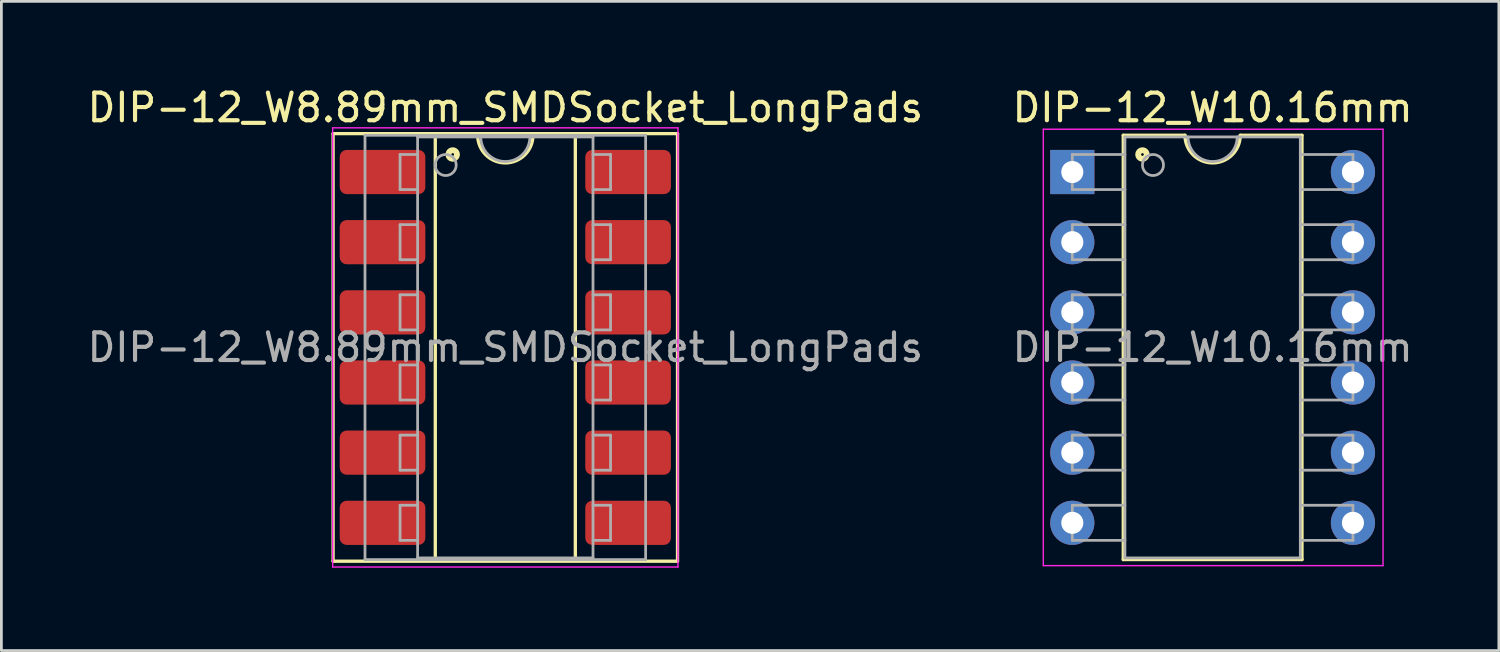
<source format=kicad_pcb>
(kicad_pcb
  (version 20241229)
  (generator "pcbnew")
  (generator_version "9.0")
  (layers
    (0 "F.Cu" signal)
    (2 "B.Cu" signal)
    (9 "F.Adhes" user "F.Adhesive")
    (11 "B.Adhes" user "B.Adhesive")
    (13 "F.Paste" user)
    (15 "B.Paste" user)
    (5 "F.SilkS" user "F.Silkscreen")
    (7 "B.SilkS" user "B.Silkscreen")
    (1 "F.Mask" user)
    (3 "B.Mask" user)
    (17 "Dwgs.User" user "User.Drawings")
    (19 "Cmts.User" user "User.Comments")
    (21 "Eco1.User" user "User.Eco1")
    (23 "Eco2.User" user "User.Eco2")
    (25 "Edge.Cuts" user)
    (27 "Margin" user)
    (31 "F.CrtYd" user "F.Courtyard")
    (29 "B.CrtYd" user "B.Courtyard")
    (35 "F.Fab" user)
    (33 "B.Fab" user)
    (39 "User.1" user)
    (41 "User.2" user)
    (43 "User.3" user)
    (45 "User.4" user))
  (footprint "DIP-12_W10.16mm"
    (layer "F.Cu")
    (at 35.771 3.178)
    (property "Reference" "DIP-12_W10.16mm" (at 5.08 -2.33 0) (layer "F.SilkS") (effects (font (size 1 1) (thickness 0.15))))
    (attr through_hole)
    (fp_line (start 1.845 -1.33) (end 1.845 14.03) (stroke (width 0.12) (type solid)) (layer "F.SilkS"))
    (fp_line (start 1.845 14.03) (end 8.315 14.03) (stroke (width 0.12) (type solid)) (layer "F.SilkS"))
    (fp_line (start 4.08 -1.33) (end 1.845 -1.33) (stroke (width 0.12) (type solid)) (layer "F.SilkS"))
    (fp_line (start 8.315 -1.33) (end 6.08 -1.33) (stroke (width 0.12) (type solid)) (layer "F.SilkS"))
    (fp_line (start 8.315 14.03) (end 8.315 -1.33) (stroke (width 0.12) (type solid)) (layer "F.SilkS"))
    (fp_arc (start 6.08 -1.33) (mid 5.08 -0.33) (end 4.08 -1.33) (stroke (width 0.12) (type solid)) (layer "F.SilkS"))
    (fp_circle (center 2.54 -0.635) (end 2.59 -0.635) (stroke (width 0.12) (type solid)) (fill no) (layer "F.SilkS"))
    (fp_circle (center 2.54 -0.635) (end 2.665 -0.635) (stroke (width 0.12) (type solid)) (fill no) (layer "F.SilkS"))
    (fp_circle (center 2.54 -0.635) (end 2.74 -0.635) (stroke (width 0.12) (type solid)) (fill no) (layer "F.SilkS"))
    (fp_line (start -1.05 -1.55) (end -1.05 14.25) (stroke (width 0.05) (type solid)) (layer "F.CrtYd"))
    (fp_line (start -1.05 14.25) (end 11.25 14.25) (stroke (width 0.05) (type solid)) (layer "F.CrtYd"))
    (fp_line (start 11.25 -1.55) (end -1.05 -1.55) (stroke (width 0.05) (type solid)) (layer "F.CrtYd"))
    (fp_line (start 11.25 14.25) (end 11.25 -1.55) (stroke (width 0.05) (type solid)) (layer "F.CrtYd"))
    (fp_line (start 0 -0.635) (end 0 0.635) (stroke (width 0.1) (type solid)) (layer "F.Fab"))
    (fp_line (start 0 -0.635) (end 1.905 -0.635) (stroke (width 0.1) (type solid)) (layer "F.Fab"))
    (fp_line (start 0 0.635) (end 1.905 0.635) (stroke (width 0.1) (type solid)) (layer "F.Fab"))
    (fp_line (start 0 1.905) (end 0 3.175) (stroke (width 0.1) (type solid)) (layer "F.Fab"))
    (fp_line (start 0 1.905) (end 1.905 1.905) (stroke (width 0.1) (type solid)) (layer "F.Fab"))
    (fp_line (start 0 3.175) (end 1.905 3.175) (stroke (width 0.1) (type solid)) (layer "F.Fab"))
    (fp_line (start 0 4.445) (end 0 5.715) (stroke (width 0.1) (type solid)) (layer "F.Fab"))
    (fp_line (start 0 4.445) (end 1.905 4.445) (stroke (width 0.1) (type solid)) (layer "F.Fab"))
    (fp_line (start 0 5.715) (end 1.905 5.715) (stroke (width 0.1) (type solid)) (layer "F.Fab"))
    (fp_line (start 0 6.985) (end 0 8.255) (stroke (width 0.1) (type solid)) (layer "F.Fab"))
    (fp_line (start 0 6.985) (end 1.905 6.985) (stroke (width 0.1) (type solid)) (layer "F.Fab"))
    (fp_line (start 0 8.255) (end 1.905 8.255) (stroke (width 0.1) (type solid)) (layer "F.Fab"))
    (fp_line (start 0 9.525) (end 0 10.795) (stroke (width 0.1) (type solid)) (layer "F.Fab"))
    (fp_line (start 0 9.525) (end 1.905 9.525) (stroke (width 0.1) (type solid)) (layer "F.Fab"))
    (fp_line (start 0 10.795) (end 1.905 10.795) (stroke (width 0.1) (type solid)) (layer "F.Fab"))
    (fp_line (start 0 12.065) (end 0 13.335) (stroke (width 0.1) (type solid)) (layer "F.Fab"))
    (fp_line (start 0 12.065) (end 1.905 12.065) (stroke (width 0.1) (type solid)) (layer "F.Fab"))
    (fp_line (start 0 13.335) (end 1.905 13.335) (stroke (width 0.1) (type solid)) (layer "F.Fab"))
    (fp_line (start 1.905 -1.27) (end 8.255 -1.27) (stroke (width 0.1) (type solid)) (layer "F.Fab"))
    (fp_line (start 1.905 13.97) (end 1.905 -1.27) (stroke (width 0.1) (type solid)) (layer "F.Fab"))
    (fp_line (start 8.255 -1.27) (end 8.255 13.97) (stroke (width 0.1) (type solid)) (layer "F.Fab"))
    (fp_line (start 8.255 13.97) (end 1.905 13.97) (stroke (width 0.1) (type solid)) (layer "F.Fab"))
    (fp_line (start 10.16 -0.635) (end 8.255 -0.635) (stroke (width 0.1) (type solid)) (layer "F.Fab"))
    (fp_line (start 10.16 0.635) (end 8.255 0.635) (stroke (width 0.1) (type solid)) (layer "F.Fab"))
    (fp_line (start 10.16 0.635) (end 10.16 -0.635) (stroke (width 0.1) (type solid)) (layer "F.Fab"))
    (fp_line (start 10.16 1.905) (end 8.255 1.905) (stroke (width 0.1) (type solid)) (layer "F.Fab"))
    (fp_line (start 10.16 3.175) (end 8.255 3.175) (stroke (width 0.1) (type solid)) (layer "F.Fab"))
    (fp_line (start 10.16 3.175) (end 10.16 1.905) (stroke (width 0.1) (type solid)) (layer "F.Fab"))
    (fp_line (start 10.16 4.445) (end 8.255 4.445) (stroke (width 0.1) (type solid)) (layer "F.Fab"))
    (fp_line (start 10.16 5.715) (end 8.255 5.715) (stroke (width 0.1) (type solid)) (layer "F.Fab"))
    (fp_line (start 10.16 5.715) (end 10.16 4.445) (stroke (width 0.1) (type solid)) (layer "F.Fab"))
    (fp_line (start 10.16 6.985) (end 8.255 6.985) (stroke (width 0.1) (type solid)) (layer "F.Fab"))
    (fp_line (start 10.16 8.255) (end 8.255 8.255) (stroke (width 0.1) (type solid)) (layer "F.Fab"))
    (fp_line (start 10.16 8.255) (end 10.16 6.985) (stroke (width 0.1) (type solid)) (layer "F.Fab"))
    (fp_line (start 10.16 9.525) (end 8.255 9.525) (stroke (width 0.1) (type solid)) (layer "F.Fab"))
    (fp_line (start 10.16 10.795) (end 8.255 10.795) (stroke (width 0.1) (type solid)) (layer "F.Fab"))
    (fp_line (start 10.16 10.795) (end 10.16 9.525) (stroke (width 0.1) (type solid)) (layer "F.Fab"))
    (fp_line (start 10.16 12.065) (end 8.255 12.065) (stroke (width 0.1) (type solid)) (layer "F.Fab"))
    (fp_line (start 10.16 13.335) (end 8.255 13.335) (stroke (width 0.1) (type solid)) (layer "F.Fab"))
    (fp_line (start 10.16 13.335) (end 10.16 12.065) (stroke (width 0.1) (type solid)) (layer "F.Fab"))
    (fp_arc (start 5.969 -1.27) (mid 5.08 -0.381) (end 4.191 -1.27) (stroke (width 0.1) (type solid)) (layer "F.Fab"))
    (fp_circle (center 2.921 -0.254) (end 3.302 -0.254) (stroke (width 0.1) (type solid)) (fill no) (layer "F.Fab"))
    (fp_text user "${REFERENCE}" (at 5.08 6.35 0) (layer "F.Fab") (effects (font (size 1 1) (thickness 0.15))))
    (pad "1" thru_hole rect (at 0 0) (size 1.6 1.6) (drill 0.8) (layers "*.Cu" "*.Mask"))
    (pad "2" thru_hole oval (at 0 2.54) (size 1.6 1.6) (drill 0.8) (layers "*.Cu" "*.Mask"))
    (pad "3" thru_hole oval (at 0 5.08) (size 1.6 1.6) (drill 0.8) (layers "*.Cu" "*.Mask"))
    (pad "4" thru_hole oval (at 0 7.62) (size 1.6 1.6) (drill 0.8) (layers "*.Cu" "*.Mask"))
    (pad "5" thru_hole oval (at 0 10.16) (size 1.6 1.6) (drill 0.8) (layers "*.Cu" "*.Mask"))
    (pad "6" thru_hole oval (at 0 12.7) (size 1.6 1.6) (drill 0.8) (layers "*.Cu" "*.Mask"))
    (pad "7" thru_hole oval (at 10.16 12.7) (size 1.6 1.6) (drill 0.8) (layers "*.Cu" "*.Mask"))
    (pad "8" thru_hole oval (at 10.16 10.16) (size 1.6 1.6) (drill 0.8) (layers "*.Cu" "*.Mask"))
    (pad "9" thru_hole oval (at 10.16 7.62) (size 1.6 1.6) (drill 0.8) (layers "*.Cu" "*.Mask"))
    (pad "10" thru_hole oval (at 10.16 5.08) (size 1.6 1.6) (drill 0.8) (layers "*.Cu" "*.Mask"))
    (pad "11" thru_hole oval (at 10.16 2.54) (size 1.6 1.6) (drill 0.8) (layers "*.Cu" "*.Mask"))
    (pad "12" thru_hole oval (at 10.16 0) (size 1.6 1.6) (drill 0.8) (layers "*.Cu" "*.Mask")))
  (footprint "DIP-12_W8.89mm_SMDSocket_LongPads"
    (layer "F.Cu")
    (at 15.244 9.528)
    (property "Reference" "DIP-12_W8.89mm_SMDSocket_LongPads" (at 0 -8.68 0) (layer "F.SilkS") (effects (font (size 1 1) (thickness 0.15))))
    (attr smd)
    (fp_line (start -6.235 -7.74) (end -6.235 7.74) (stroke (width 0.12) (type solid)) (layer "F.SilkS"))
    (fp_line (start -6.235 7.74) (end 6.235 7.74) (stroke (width 0.12) (type solid)) (layer "F.SilkS"))
    (fp_line (start -2.535 -7.68) (end -2.535 7.68) (stroke (width 0.12) (type solid)) (layer "F.SilkS"))
    (fp_line (start -2.535 7.68) (end 2.535 7.68) (stroke (width 0.12) (type solid)) (layer "F.SilkS"))
    (fp_line (start -1 -7.68) (end -2.535 -7.68) (stroke (width 0.12) (type solid)) (layer "F.SilkS"))
    (fp_line (start 2.535 -7.68) (end 1 -7.68) (stroke (width 0.12) (type solid)) (layer "F.SilkS"))
    (fp_line (start 2.535 7.68) (end 2.535 -7.68) (stroke (width 0.12) (type solid)) (layer "F.SilkS"))
    (fp_line (start 6.235 -7.74) (end -6.235 -7.74) (stroke (width 0.12) (type solid)) (layer "F.SilkS"))
    (fp_line (start 6.235 7.74) (end 6.235 -7.74) (stroke (width 0.12) (type solid)) (layer "F.SilkS"))
    (fp_arc (start 1 -7.68) (mid 0 -6.68) (end -1 -7.68) (stroke (width 0.12) (type solid)) (layer "F.SilkS"))
    (fp_circle (center -1.905 -6.985) (end -1.855 -6.985) (stroke (width 0.12) (type solid)) (fill no) (layer "F.SilkS"))
    (fp_circle (center -1.905 -6.985) (end -1.78 -6.985) (stroke (width 0.12) (type solid)) (fill no) (layer "F.SilkS"))
    (fp_circle (center -1.905 -6.985) (end -1.705 -6.985) (stroke (width 0.12) (type solid)) (fill no) (layer "F.SilkS"))
    (fp_line (start -6.25 -7.95) (end -6.25 7.95) (stroke (width 0.05) (type solid)) (layer "F.CrtYd"))
    (fp_line (start -6.25 7.95) (end 6.25 7.95) (stroke (width 0.05) (type solid)) (layer "F.CrtYd"))
    (fp_line (start 6.25 -7.95) (end -6.25 -7.95) (stroke (width 0.05) (type solid)) (layer "F.CrtYd"))
    (fp_line (start 6.25 7.95) (end 6.25 -7.95) (stroke (width 0.05) (type solid)) (layer "F.CrtYd"))
    (fp_line (start -5.08 -7.68) (end -5.08 7.68) (stroke (width 0.1) (type solid)) (layer "F.Fab"))
    (fp_line (start -5.08 7.68) (end 5.08 7.68) (stroke (width 0.1) (type solid)) (layer "F.Fab"))
    (fp_line (start -3.81 -6.985) (end -3.81 -5.715) (stroke (width 0.1) (type solid)) (layer "F.Fab"))
    (fp_line (start -3.81 -6.985) (end -3.175 -6.985) (stroke (width 0.1) (type solid)) (layer "F.Fab"))
    (fp_line (start -3.81 -5.715) (end -3.175 -5.715) (stroke (width 0.1) (type solid)) (layer "F.Fab"))
    (fp_line (start -3.81 -4.445) (end -3.81 -3.175) (stroke (width 0.1) (type solid)) (layer "F.Fab"))
    (fp_line (start -3.81 -4.445) (end -3.175 -4.445) (stroke (width 0.1) (type solid)) (layer "F.Fab"))
    (fp_line (start -3.81 -3.175) (end -3.175 -3.175) (stroke (width 0.1) (type solid)) (layer "F.Fab"))
    (fp_line (start -3.81 -1.905) (end -3.81 -0.635) (stroke (width 0.1) (type solid)) (layer "F.Fab"))
    (fp_line (start -3.81 -1.905) (end -3.175 -1.905) (stroke (width 0.1) (type solid)) (layer "F.Fab"))
    (fp_line (start -3.81 -0.635) (end -3.175 -0.635) (stroke (width 0.1) (type solid)) (layer "F.Fab"))
    (fp_line (start -3.81 0.635) (end -3.81 1.905) (stroke (width 0.1) (type solid)) (layer "F.Fab"))
    (fp_line (start -3.81 0.635) (end -3.175 0.635) (stroke (width 0.1) (type solid)) (layer "F.Fab"))
    (fp_line (start -3.81 1.905) (end -3.175 1.905) (stroke (width 0.1) (type solid)) (layer "F.Fab"))
    (fp_line (start -3.81 3.175) (end -3.81 4.445) (stroke (width 0.1) (type solid)) (layer "F.Fab"))
    (fp_line (start -3.81 3.175) (end -3.175 3.175) (stroke (width 0.1) (type solid)) (layer "F.Fab"))
    (fp_line (start -3.81 4.445) (end -3.175 4.445) (stroke (width 0.1) (type solid)) (layer "F.Fab"))
    (fp_line (start -3.81 5.715) (end -3.81 6.985) (stroke (width 0.1) (type solid)) (layer "F.Fab"))
    (fp_line (start -3.81 5.715) (end -3.175 5.715) (stroke (width 0.1) (type solid)) (layer "F.Fab"))
    (fp_line (start -3.81 6.985) (end -3.175 6.985) (stroke (width 0.1) (type solid)) (layer "F.Fab"))
    (fp_line (start -3.175 -7.62) (end 3.175 -7.62) (stroke (width 0.1) (type solid)) (layer "F.Fab"))
    (fp_line (start -3.175 7.62) (end -3.175 -7.62) (stroke (width 0.1) (type solid)) (layer "F.Fab"))
    (fp_line (start 3.175 -7.62) (end 3.175 7.62) (stroke (width 0.1) (type solid)) (layer "F.Fab"))
    (fp_line (start 3.175 7.62) (end -3.175 7.62) (stroke (width 0.1) (type solid)) (layer "F.Fab"))
    (fp_line (start 3.81 -6.985) (end 3.175 -6.985) (stroke (width 0.1) (type solid)) (layer "F.Fab"))
    (fp_line (start 3.81 -5.715) (end 3.175 -5.715) (stroke (width 0.1) (type solid)) (layer "F.Fab"))
    (fp_line (start 3.81 -5.715) (end 3.81 -6.985) (stroke (width 0.1) (type solid)) (layer "F.Fab"))
    (fp_line (start 3.81 -4.445) (end 3.175 -4.445) (stroke (width 0.1) (type solid)) (layer "F.Fab"))
    (fp_line (start 3.81 -3.175) (end 3.175 -3.175) (stroke (width 0.1) (type solid)) (layer "F.Fab"))
    (fp_line (start 3.81 -3.175) (end 3.81 -4.445) (stroke (width 0.1) (type solid)) (layer "F.Fab"))
    (fp_line (start 3.81 -1.905) (end 3.175 -1.905) (stroke (width 0.1) (type solid)) (layer "F.Fab"))
    (fp_line (start 3.81 -0.635) (end 3.175 -0.635) (stroke (width 0.1) (type solid)) (layer "F.Fab"))
    (fp_line (start 3.81 -0.635) (end 3.81 -1.905) (stroke (width 0.1) (type solid)) (layer "F.Fab"))
    (fp_line (start 3.81 0.635) (end 3.175 0.635) (stroke (width 0.1) (type solid)) (layer "F.Fab"))
    (fp_line (start 3.81 1.905) (end 3.175 1.905) (stroke (width 0.1) (type solid)) (layer "F.Fab"))
    (fp_line (start 3.81 1.905) (end 3.81 0.635) (stroke (width 0.1) (type solid)) (layer "F.Fab"))
    (fp_line (start 3.81 3.175) (end 3.175 3.175) (stroke (width 0.1) (type solid)) (layer "F.Fab"))
    (fp_line (start 3.81 4.445) (end 3.175 4.445) (stroke (width 0.1) (type solid)) (layer "F.Fab"))
    (fp_line (start 3.81 4.445) (end 3.81 3.175) (stroke (width 0.1) (type solid)) (layer "F.Fab"))
    (fp_line (start 3.81 5.715) (end 3.175 5.715) (stroke (width 0.1) (type solid)) (layer "F.Fab"))
    (fp_line (start 3.81 6.985) (end 3.175 6.985) (stroke (width 0.1) (type solid)) (layer "F.Fab"))
    (fp_line (start 3.81 6.985) (end 3.81 5.715) (stroke (width 0.1) (type solid)) (layer "F.Fab"))
    (fp_line (start 5.08 -7.68) (end -5.08 -7.68) (stroke (width 0.1) (type solid)) (layer "F.Fab"))
    (fp_line (start 5.08 7.68) (end 5.08 -7.68) (stroke (width 0.1) (type solid)) (layer "F.Fab"))
    (fp_arc (start 0.889 -7.62) (mid 0 -6.731) (end -0.889 -7.62) (stroke (width 0.1) (type solid)) (layer "F.Fab"))
    (fp_circle (center -2.159 -6.604) (end -1.778 -6.604) (stroke (width 0.1) (type solid)) (fill no) (layer "F.Fab"))
    (fp_text user "${REFERENCE}" (at 0 0 0) (layer "F.Fab") (effects (font (size 1 1) (thickness 0.15))))
    (pad "1" smd roundrect (at -4.445 -6.35) (size 3.1 1.6) (layers "F.Cu" "F.Mask" "F.Paste") (roundrect_rratio 0.156))
    (pad "2" smd roundrect (at -4.445 -3.81) (size 3.1 1.6) (layers "F.Cu" "F.Mask" "F.Paste") (roundrect_rratio 0.156))
    (pad "3" smd roundrect (at -4.445 -1.27) (size 3.1 1.6) (layers "F.Cu" "F.Mask" "F.Paste") (roundrect_rratio 0.156))
    (pad "4" smd roundrect (at -4.445 1.27) (size 3.1 1.6) (layers "F.Cu" "F.Mask" "F.Paste") (roundrect_rratio 0.156))
    (pad "5" smd roundrect (at -4.445 3.81) (size 3.1 1.6) (layers "F.Cu" "F.Mask" "F.Paste") (roundrect_rratio 0.156))
    (pad "6" smd roundrect (at -4.445 6.35) (size 3.1 1.6) (layers "F.Cu" "F.Mask" "F.Paste") (roundrect_rratio 0.156))
    (pad "7" smd roundrect (at 4.445 6.35) (size 3.1 1.6) (layers "F.Cu" "F.Mask" "F.Paste") (roundrect_rratio 0.156))
    (pad "8" smd roundrect (at 4.445 3.81) (size 3.1 1.6) (layers "F.Cu" "F.Mask" "F.Paste") (roundrect_rratio 0.156))
    (pad "9" smd roundrect (at 4.445 1.27) (size 3.1 1.6) (layers "F.Cu" "F.Mask" "F.Paste") (roundrect_rratio 0.156))
    (pad "10" smd roundrect (at 4.445 -1.27) (size 3.1 1.6) (layers "F.Cu" "F.Mask" "F.Paste") (roundrect_rratio 0.156))
    (pad "11" smd roundrect (at 4.445 -3.81) (size 3.1 1.6) (layers "F.Cu" "F.Mask" "F.Paste") (roundrect_rratio 0.156))
    (pad "12" smd roundrect (at 4.445 -6.35) (size 3.1 1.6) (layers "F.Cu" "F.Mask" "F.Paste") (roundrect_rratio 0.156)))
  (gr_rect
    (start -3 -3)
    (end 51.214 20.503)
    (stroke (width 0.1) (type default))
    (fill no)
    (layer "Edge.Cuts")))
</source>
